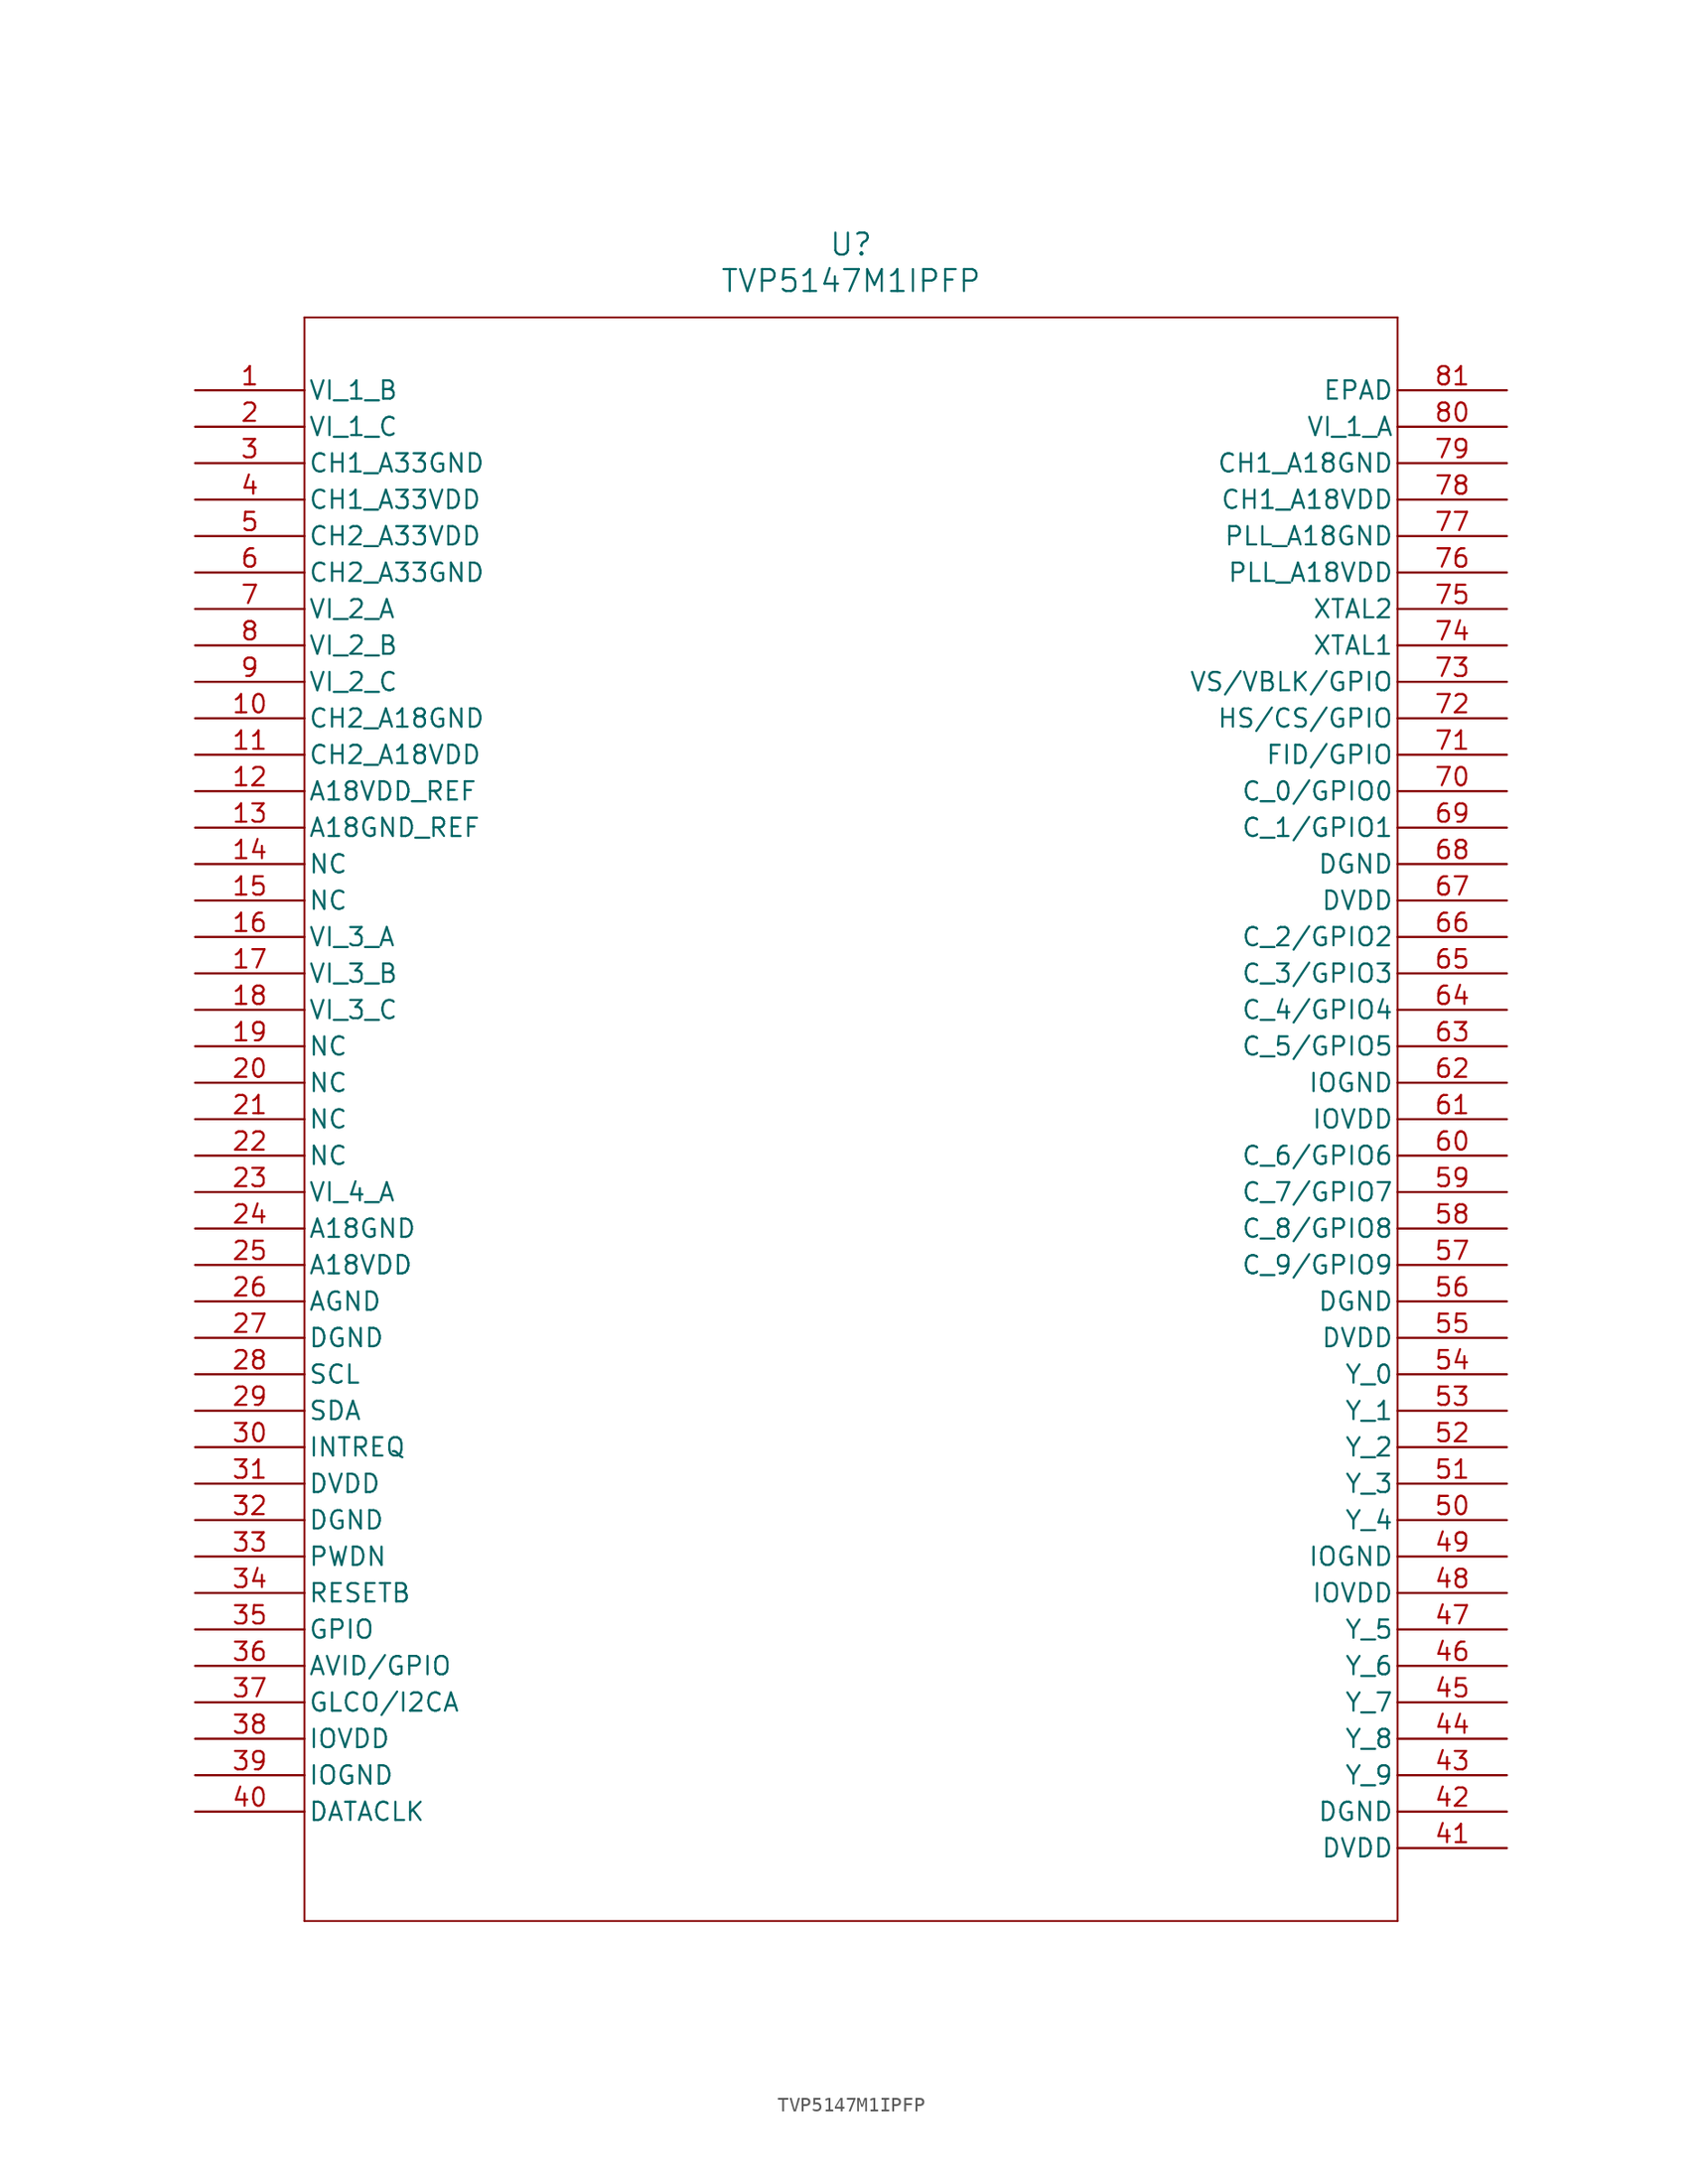
<source format=kicad_sym>
(kicad_symbol_lib
  (version 20211014)
  (generator kicad_symbol_editor)
  (symbol "TVP5147M1IPFP"
    (pin_names
      (offset 0.254))
    (property "Reference" "U"
      (at 45.72 10.16 0)
      (effects (font (size 1.524 1.524))))
    (property "Value" "TVP5147M1IPFP"
      (at 45.72 7.62 0)
      (effects (font (size 1.524 1.524))))
    (symbol "TVP5147M1IPFP_0_1"
      (polyline (pts (xy 7.62 5.08) (xy 7.62 -106.68)) (stroke (width 0.127) (type default) (color 0 0 0 0)) (fill (type none)))
      (polyline (pts (xy 7.62 -106.68) (xy 83.82 -106.68)) (stroke (width 0.127) (type default) (color 0 0 0 0)) (fill (type none)))
      (polyline (pts (xy 83.82 -106.68) (xy 83.82 5.08)) (stroke (width 0.127) (type default) (color 0 0 0 0)) (fill (type none)))
      (polyline (pts (xy 83.82 5.08) (xy 7.62 5.08)) (stroke (width 0.127) (type default) (color 0 0 0 0)) (fill (type none)))
      (pin input line (at 0 0 0) (length 7.62) (name "VI_1_B" (effects (font (size 1.27 1.27)))) (number "1" (effects (font (size 1.27 1.27)))))
      (pin input line (at 0 -2.54 0) (length 7.62) (name "VI_1_C" (effects (font (size 1.27 1.27)))) (number "2" (effects (font (size 1.27 1.27)))))
      (pin power_in line (at 0 -5.08 0) (length 7.62) (name "CH1_A33GND" (effects (font (size 1.27 1.27)))) (number "3" (effects (font (size 1.27 1.27)))))
      (pin power_in line (at 0 -7.62 0) (length 7.62) (name "CH1_A33VDD" (effects (font (size 1.27 1.27)))) (number "4" (effects (font (size 1.27 1.27)))))
      (pin power_in line (at 0 -10.16 0) (length 7.62) (name "CH2_A33VDD" (effects (font (size 1.27 1.27)))) (number "5" (effects (font (size 1.27 1.27)))))
      (pin power_in line (at 0 -12.7 0) (length 7.62) (name "CH2_A33GND" (effects (font (size 1.27 1.27)))) (number "6" (effects (font (size 1.27 1.27)))))
      (pin input line (at 0 -15.24 0) (length 7.62) (name "VI_2_A" (effects (font (size 1.27 1.27)))) (number "7" (effects (font (size 1.27 1.27)))))
      (pin input line (at 0 -17.78 0) (length 7.62) (name "VI_2_B" (effects (font (size 1.27 1.27)))) (number "8" (effects (font (size 1.27 1.27)))))
      (pin input line (at 0 -20.32 0) (length 7.62) (name "VI_2_C" (effects (font (size 1.27 1.27)))) (number "9" (effects (font (size 1.27 1.27)))))
      (pin power_in line (at 0 -22.86 0) (length 7.62) (name "CH2_A18GND" (effects (font (size 1.27 1.27)))) (number "10" (effects (font (size 1.27 1.27)))))
      (pin power_in line (at 0 -25.4 0) (length 7.62) (name "CH2_A18VDD" (effects (font (size 1.27 1.27)))) (number "11" (effects (font (size 1.27 1.27)))))
      (pin power_in line (at 0 -27.94 0) (length 7.62) (name "A18VDD_REF" (effects (font (size 1.27 1.27)))) (number "12" (effects (font (size 1.27 1.27)))))
      (pin power_in line (at 0 -30.48 0) (length 7.62) (name "A18GND_REF" (effects (font (size 1.27 1.27)))) (number "13" (effects (font (size 1.27 1.27)))))
      (pin passive line (at 0 -33.02 0) (length 7.62) (name "NC" (effects (font (size 1.27 1.27)))) (number "14" (effects (font (size 1.27 1.27)))))
      (pin passive line (at 0 -35.56 0) (length 7.62) (name "NC" (effects (font (size 1.27 1.27)))) (number "15" (effects (font (size 1.27 1.27)))))
      (pin input line (at 0 -38.1 0) (length 7.62) (name "VI_3_A" (effects (font (size 1.27 1.27)))) (number "16" (effects (font (size 1.27 1.27)))))
      (pin input line (at 0 -40.64 0) (length 7.62) (name "VI_3_B" (effects (font (size 1.27 1.27)))) (number "17" (effects (font (size 1.27 1.27)))))
      (pin input line (at 0 -43.18 0) (length 7.62) (name "VI_3_C" (effects (font (size 1.27 1.27)))) (number "18" (effects (font (size 1.27 1.27)))))
      (pin passive line (at 0 -45.72 0) (length 7.62) (name "NC" (effects (font (size 1.27 1.27)))) (number "19" (effects (font (size 1.27 1.27)))))
      (pin passive line (at 0 -48.26 0) (length 7.62) (name "NC" (effects (font (size 1.27 1.27)))) (number "20" (effects (font (size 1.27 1.27)))))
      (pin passive line (at 0 -50.8 0) (length 7.62) (name "NC" (effects (font (size 1.27 1.27)))) (number "21" (effects (font (size 1.27 1.27)))))
      (pin passive line (at 0 -53.34 0) (length 7.62) (name "NC" (effects (font (size 1.27 1.27)))) (number "22" (effects (font (size 1.27 1.27)))))
      (pin input line (at 0 -55.88 0) (length 7.62) (name "VI_4_A" (effects (font (size 1.27 1.27)))) (number "23" (effects (font (size 1.27 1.27)))))
      (pin power_in line (at 0 -58.42 0) (length 7.62) (name "A18GND" (effects (font (size 1.27 1.27)))) (number "24" (effects (font (size 1.27 1.27)))))
      (pin power_in line (at 0 -60.96 0) (length 7.62) (name "A18VDD" (effects (font (size 1.27 1.27)))) (number "25" (effects (font (size 1.27 1.27)))))
      (pin power_in line (at 0 -63.5 0) (length 7.62) (name "AGND" (effects (font (size 1.27 1.27)))) (number "26" (effects (font (size 1.27 1.27)))))
      (pin power_in line (at 0 -66.04 0) (length 7.62) (name "DGND" (effects (font (size 1.27 1.27)))) (number "27" (effects (font (size 1.27 1.27)))))
      (pin input line (at 0 -68.58 0) (length 7.62) (name "SCL" (effects (font (size 1.27 1.27)))) (number "28" (effects (font (size 1.27 1.27)))))
      (pin bidirectional line (at 0 -71.12 0) (length 7.62) (name "SDA" (effects (font (size 1.27 1.27)))) (number "29" (effects (font (size 1.27 1.27)))))
      (pin output line (at 0 -73.66 0) (length 7.62) (name "INTREQ" (effects (font (size 1.27 1.27)))) (number "30" (effects (font (size 1.27 1.27)))))
      (pin power_in line (at 0 -76.2 0) (length 7.62) (name "DVDD" (effects (font (size 1.27 1.27)))) (number "31" (effects (font (size 1.27 1.27)))))
      (pin power_in line (at 0 -78.74 0) (length 7.62) (name "DGND" (effects (font (size 1.27 1.27)))) (number "32" (effects (font (size 1.27 1.27)))))
      (pin input line (at 0 -81.28 0) (length 7.62) (name "PWDN" (effects (font (size 1.27 1.27)))) (number "33" (effects (font (size 1.27 1.27)))))
      (pin input line (at 0 -83.82 0) (length 7.62) (name "RESETB" (effects (font (size 1.27 1.27)))) (number "34" (effects (font (size 1.27 1.27)))))
      (pin bidirectional line (at 0 -86.36 0) (length 7.62) (name "GPIO" (effects (font (size 1.27 1.27)))) (number "35" (effects (font (size 1.27 1.27)))))
      (pin bidirectional line (at 0 -88.9 0) (length 7.62) (name "AVID/GPIO" (effects (font (size 1.27 1.27)))) (number "36" (effects (font (size 1.27 1.27)))))
      (pin bidirectional line (at 0 -91.44 0) (length 7.62) (name "GLCO/I2CA" (effects (font (size 1.27 1.27)))) (number "37" (effects (font (size 1.27 1.27)))))
      (pin power_in line (at 0 -93.98 0) (length 7.62) (name "IOVDD" (effects (font (size 1.27 1.27)))) (number "38" (effects (font (size 1.27 1.27)))))
      (pin power_in line (at 0 -96.52 0) (length 7.62) (name "IOGND" (effects (font (size 1.27 1.27)))) (number "39" (effects (font (size 1.27 1.27)))))
      (pin output line (at 0 -99.06 0) (length 7.62) (name "DATACLK" (effects (font (size 1.27 1.27)))) (number "40" (effects (font (size 1.27 1.27)))))
      (pin power_in line (at 91.44 -101.6 180) (length 7.62) (name "DVDD" (effects (font (size 1.27 1.27)))) (number "41" (effects (font (size 1.27 1.27)))))
      (pin power_in line (at 91.44 -99.06 180) (length 7.62) (name "DGND" (effects (font (size 1.27 1.27)))) (number "42" (effects (font (size 1.27 1.27)))))
      (pin output line (at 91.44 -96.52 180) (length 7.62) (name "Y_9" (effects (font (size 1.27 1.27)))) (number "43" (effects (font (size 1.27 1.27)))))
      (pin output line (at 91.44 -93.98 180) (length 7.62) (name "Y_8" (effects (font (size 1.27 1.27)))) (number "44" (effects (font (size 1.27 1.27)))))
      (pin output line (at 91.44 -91.44 180) (length 7.62) (name "Y_7" (effects (font (size 1.27 1.27)))) (number "45" (effects (font (size 1.27 1.27)))))
      (pin output line (at 91.44 -88.9 180) (length 7.62) (name "Y_6" (effects (font (size 1.27 1.27)))) (number "46" (effects (font (size 1.27 1.27)))))
      (pin output line (at 91.44 -86.36 180) (length 7.62) (name "Y_5" (effects (font (size 1.27 1.27)))) (number "47" (effects (font (size 1.27 1.27)))))
      (pin power_in line (at 91.44 -83.82 180) (length 7.62) (name "IOVDD" (effects (font (size 1.27 1.27)))) (number "48" (effects (font (size 1.27 1.27)))))
      (pin power_in line (at 91.44 -81.28 180) (length 7.62) (name "IOGND" (effects (font (size 1.27 1.27)))) (number "49" (effects (font (size 1.27 1.27)))))
      (pin output line (at 91.44 -78.74 180) (length 7.62) (name "Y_4" (effects (font (size 1.27 1.27)))) (number "50" (effects (font (size 1.27 1.27)))))
      (pin output line (at 91.44 -76.2 180) (length 7.62) (name "Y_3" (effects (font (size 1.27 1.27)))) (number "51" (effects (font (size 1.27 1.27)))))
      (pin output line (at 91.44 -73.66 180) (length 7.62) (name "Y_2" (effects (font (size 1.27 1.27)))) (number "52" (effects (font (size 1.27 1.27)))))
      (pin output line (at 91.44 -71.12 180) (length 7.62) (name "Y_1" (effects (font (size 1.27 1.27)))) (number "53" (effects (font (size 1.27 1.27)))))
      (pin output line (at 91.44 -68.58 180) (length 7.62) (name "Y_0" (effects (font (size 1.27 1.27)))) (number "54" (effects (font (size 1.27 1.27)))))
      (pin power_in line (at 91.44 -66.04 180) (length 7.62) (name "DVDD" (effects (font (size 1.27 1.27)))) (number "55" (effects (font (size 1.27 1.27)))))
      (pin power_in line (at 91.44 -63.5 180) (length 7.62) (name "DGND" (effects (font (size 1.27 1.27)))) (number "56" (effects (font (size 1.27 1.27)))))
      (pin bidirectional line (at 91.44 -60.96 180) (length 7.62) (name "C_9/GPIO9" (effects (font (size 1.27 1.27)))) (number "57" (effects (font (size 1.27 1.27)))))
      (pin bidirectional line (at 91.44 -58.42 180) (length 7.62) (name "C_8/GPIO8" (effects (font (size 1.27 1.27)))) (number "58" (effects (font (size 1.27 1.27)))))
      (pin bidirectional line (at 91.44 -55.88 180) (length 7.62) (name "C_7/GPIO7" (effects (font (size 1.27 1.27)))) (number "59" (effects (font (size 1.27 1.27)))))
      (pin bidirectional line (at 91.44 -53.34 180) (length 7.62) (name "C_6/GPIO6" (effects (font (size 1.27 1.27)))) (number "60" (effects (font (size 1.27 1.27)))))
      (pin power_in line (at 91.44 -50.8 180) (length 7.62) (name "IOVDD" (effects (font (size 1.27 1.27)))) (number "61" (effects (font (size 1.27 1.27)))))
      (pin power_in line (at 91.44 -48.26 180) (length 7.62) (name "IOGND" (effects (font (size 1.27 1.27)))) (number "62" (effects (font (size 1.27 1.27)))))
      (pin bidirectional line (at 91.44 -45.72 180) (length 7.62) (name "C_5/GPIO5" (effects (font (size 1.27 1.27)))) (number "63" (effects (font (size 1.27 1.27)))))
      (pin bidirectional line (at 91.44 -43.18 180) (length 7.62) (name "C_4/GPIO4" (effects (font (size 1.27 1.27)))) (number "64" (effects (font (size 1.27 1.27)))))
      (pin bidirectional line (at 91.44 -40.64 180) (length 7.62) (name "C_3/GPIO3" (effects (font (size 1.27 1.27)))) (number "65" (effects (font (size 1.27 1.27)))))
      (pin bidirectional line (at 91.44 -38.1 180) (length 7.62) (name "C_2/GPIO2" (effects (font (size 1.27 1.27)))) (number "66" (effects (font (size 1.27 1.27)))))
      (pin power_in line (at 91.44 -35.56 180) (length 7.62) (name "DVDD" (effects (font (size 1.27 1.27)))) (number "67" (effects (font (size 1.27 1.27)))))
      (pin power_in line (at 91.44 -33.02 180) (length 7.62) (name "DGND" (effects (font (size 1.27 1.27)))) (number "68" (effects (font (size 1.27 1.27)))))
      (pin bidirectional line (at 91.44 -30.48 180) (length 7.62) (name "C_1/GPIO1" (effects (font (size 1.27 1.27)))) (number "69" (effects (font (size 1.27 1.27)))))
      (pin bidirectional line (at 91.44 -27.94 180) (length 7.62) (name "C_0/GPIO0" (effects (font (size 1.27 1.27)))) (number "70" (effects (font (size 1.27 1.27)))))
      (pin bidirectional line (at 91.44 -25.4 180) (length 7.62) (name "FID/GPIO" (effects (font (size 1.27 1.27)))) (number "71" (effects (font (size 1.27 1.27)))))
      (pin bidirectional line (at 91.44 -22.86 180) (length 7.62) (name "HS/CS/GPIO" (effects (font (size 1.27 1.27)))) (number "72" (effects (font (size 1.27 1.27)))))
      (pin bidirectional line (at 91.44 -20.32 180) (length 7.62) (name "VS/VBLK/GPIO" (effects (font (size 1.27 1.27)))) (number "73" (effects (font (size 1.27 1.27)))))
      (pin input line (at 91.44 -17.78 180) (length 7.62) (name "XTAL1" (effects (font (size 1.27 1.27)))) (number "74" (effects (font (size 1.27 1.27)))))
      (pin output line (at 91.44 -15.24 180) (length 7.62) (name "XTAL2" (effects (font (size 1.27 1.27)))) (number "75" (effects (font (size 1.27 1.27)))))
      (pin power_in line (at 91.44 -12.7 180) (length 7.62) (name "PLL_A18VDD" (effects (font (size 1.27 1.27)))) (number "76" (effects (font (size 1.27 1.27)))))
      (pin bidirectional line (at 91.44 -10.16 180) (length 7.62) (name "PLL_A18GND" (effects (font (size 1.27 1.27)))) (number "77" (effects (font (size 1.27 1.27)))))
      (pin power_in line (at 91.44 -7.62 180) (length 7.62) (name "CH1_A18VDD" (effects (font (size 1.27 1.27)))) (number "78" (effects (font (size 1.27 1.27)))))
      (pin power_in line (at 91.44 -5.08 180) (length 7.62) (name "CH1_A18GND" (effects (font (size 1.27 1.27)))) (number "79" (effects (font (size 1.27 1.27)))))
      (pin bidirectional line (at 91.44 -2.54 180) (length 7.62) (name "VI_1_A" (effects (font (size 1.27 1.27)))) (number "80" (effects (font (size 1.27 1.27)))))
      (pin power_in line (at 91.44 0 180) (length 7.62) (name "EPAD" (effects (font (size 1.27 1.27)))) (number "81" (effects (font (size 1.27 1.27))))))))
</source>
